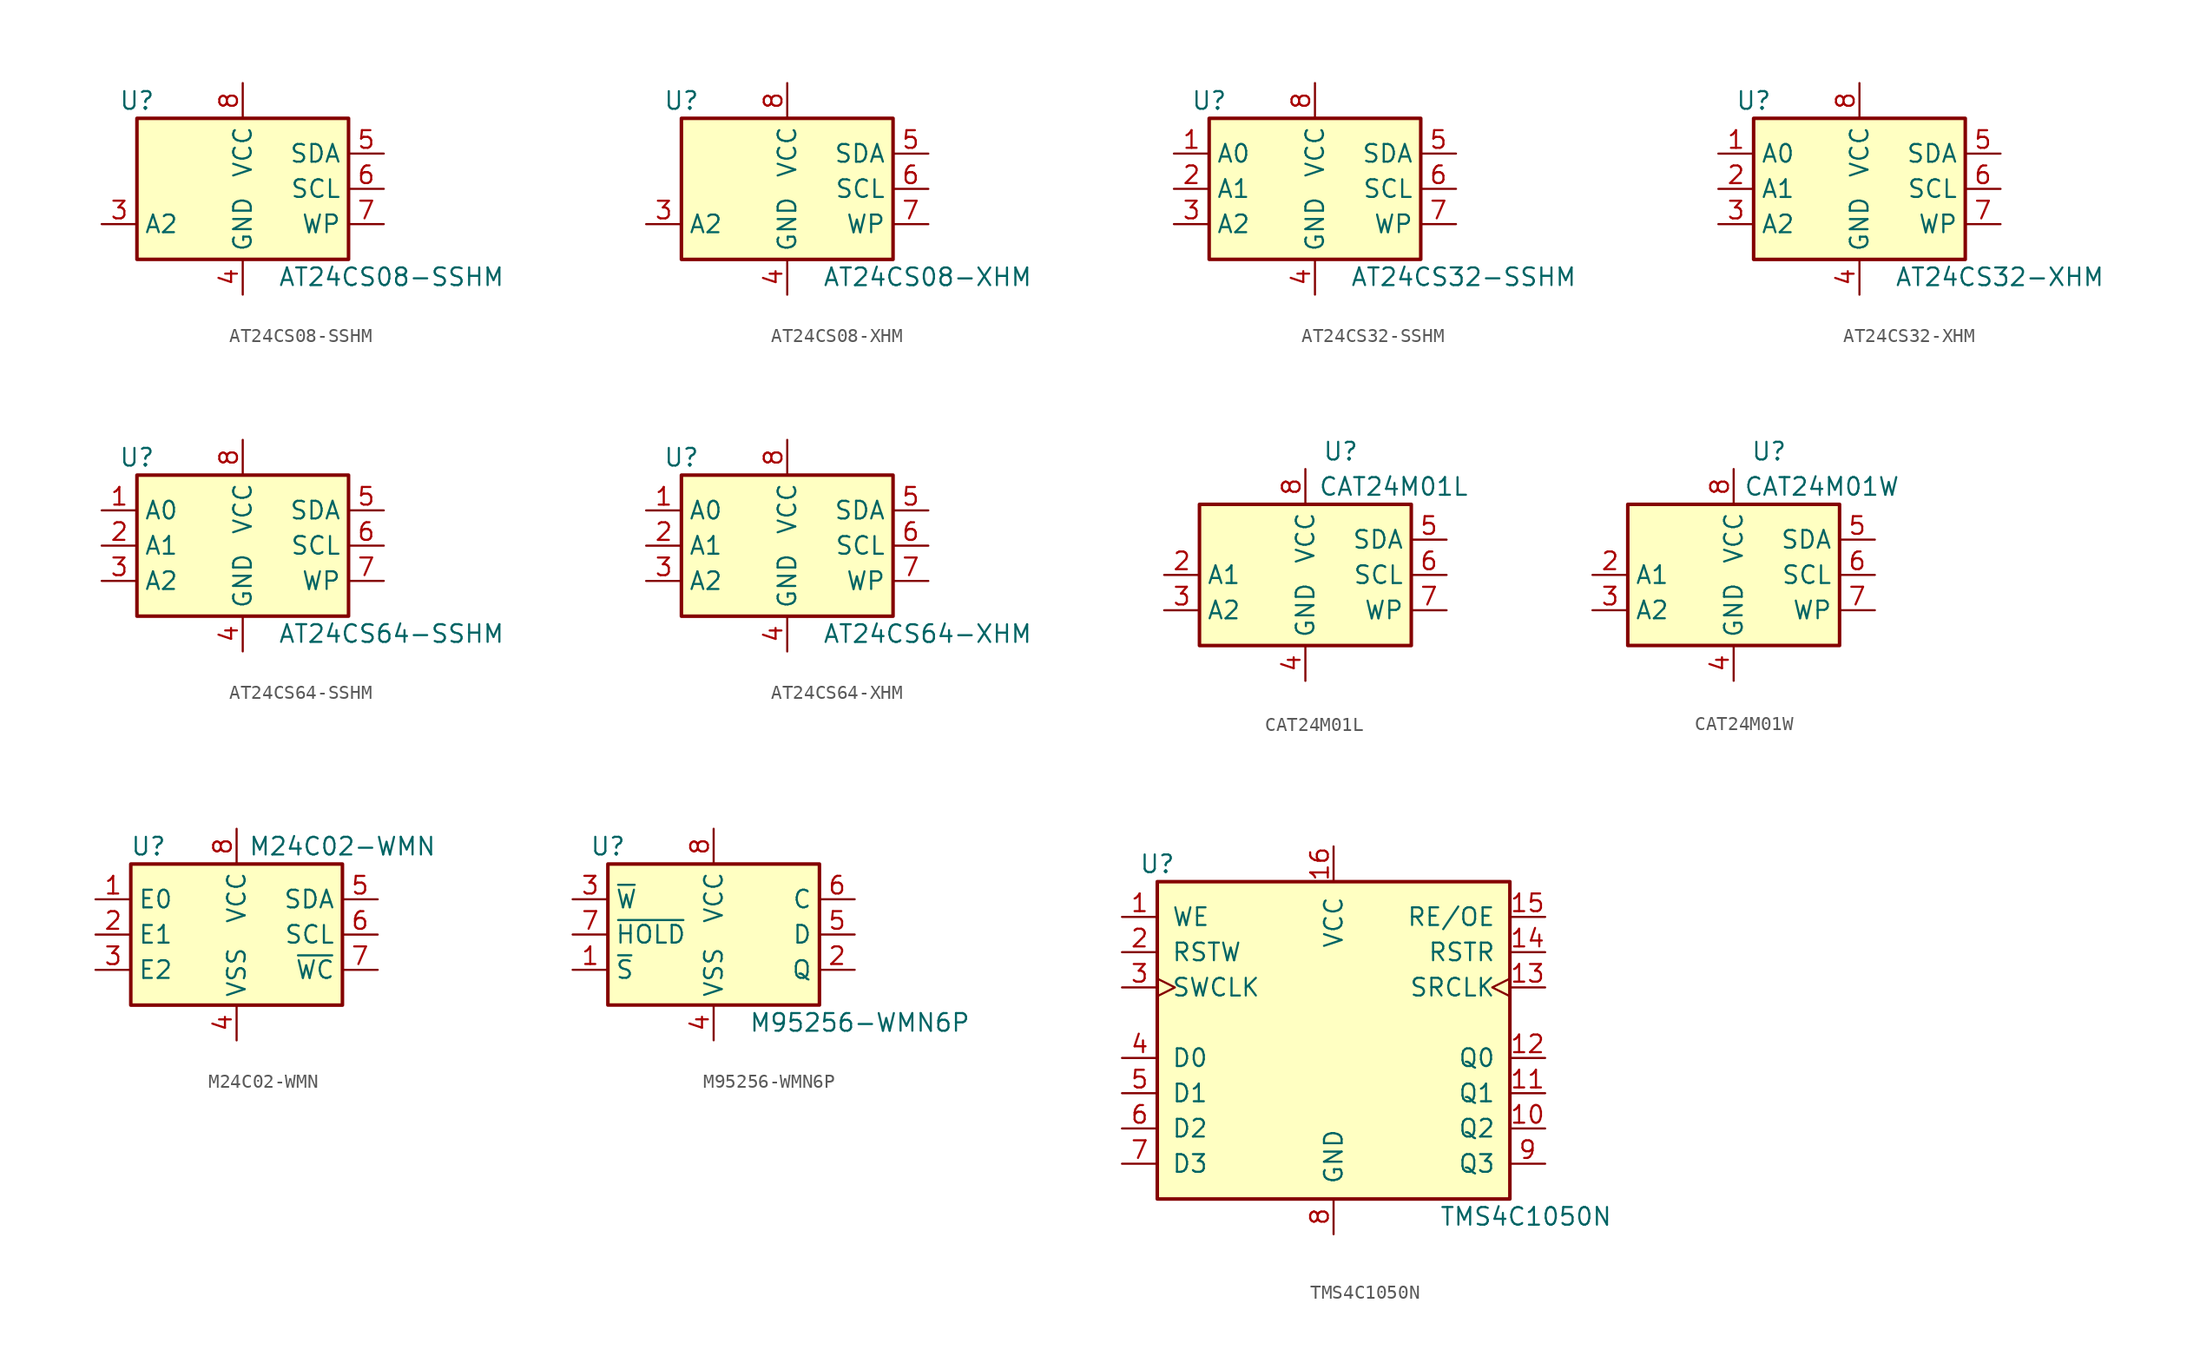
<source format=kicad_sym>
(kicad_symbol_lib
  (version 20201005)
  (generator kicad_symbol_editor)
  (symbol "AT24CS08-SSHM"
    (property "Reference" "U"
      (at -7.62 6.35 0)
      (effects (font (size 1.27 1.27))))
    (property "Value" "AT24CS08-SSHM"
      (at 2.54 -6.35 0)
      (effects (font (size 1.27 1.27)) (justify left)))
    (symbol "AT24CS08-SSHM_1_1"
      (rectangle (start -7.62 5.08) (end 7.62 -5.08) (stroke (width 0.254)) (fill (type background)))
      (pin input line (at -10.16 -2.54 0) (length 2.54) (name "A2" (effects (font (size 1.27 1.27)))) (number "3" (effects (font (size 1.27 1.27)))))
      (pin power_in line (at 0 -7.62 90) (length 2.54) (name "GND" (effects (font (size 1.27 1.27)))) (number "4" (effects (font (size 1.27 1.27)))))
      (pin bidirectional line (at 10.16 2.54 180) (length 2.54) (name "SDA" (effects (font (size 1.27 1.27)))) (number "5" (effects (font (size 1.27 1.27)))))
      (pin input line (at 10.16 0 180) (length 2.54) (name "SCL" (effects (font (size 1.27 1.27)))) (number "6" (effects (font (size 1.27 1.27)))))
      (pin input line (at 10.16 -2.54 180) (length 2.54) (name "WP" (effects (font (size 1.27 1.27)))) (number "7" (effects (font (size 1.27 1.27)))))
      (pin power_in line (at 0 7.62 270) (length 2.54) (name "VCC" (effects (font (size 1.27 1.27)))) (number "8" (effects (font (size 1.27 1.27)))))))
  (symbol "AT24CS08-XHM"
    (property "Reference" "U"
      (at -7.62 6.35 0)
      (effects (font (size 1.27 1.27))))
    (property "Value" "AT24CS08-XHM"
      (at 2.54 -6.35 0)
      (effects (font (size 1.27 1.27)) (justify left)))
    (symbol "AT24CS08-XHM_1_1"
      (rectangle (start -7.62 5.08) (end 7.62 -5.08) (stroke (width 0.254)) (fill (type background)))
      (pin input line (at -10.16 -2.54 0) (length 2.54) (name "A2" (effects (font (size 1.27 1.27)))) (number "3" (effects (font (size 1.27 1.27)))))
      (pin power_in line (at 0 -7.62 90) (length 2.54) (name "GND" (effects (font (size 1.27 1.27)))) (number "4" (effects (font (size 1.27 1.27)))))
      (pin bidirectional line (at 10.16 2.54 180) (length 2.54) (name "SDA" (effects (font (size 1.27 1.27)))) (number "5" (effects (font (size 1.27 1.27)))))
      (pin input line (at 10.16 0 180) (length 2.54) (name "SCL" (effects (font (size 1.27 1.27)))) (number "6" (effects (font (size 1.27 1.27)))))
      (pin input line (at 10.16 -2.54 180) (length 2.54) (name "WP" (effects (font (size 1.27 1.27)))) (number "7" (effects (font (size 1.27 1.27)))))
      (pin power_in line (at 0 7.62 270) (length 2.54) (name "VCC" (effects (font (size 1.27 1.27)))) (number "8" (effects (font (size 1.27 1.27)))))))
  (symbol "AT24CS32-SSHM"
    (property "Reference" "U"
      (at -7.62 6.35 0)
      (effects (font (size 1.27 1.27))))
    (property "Value" "AT24CS32-SSHM"
      (at 2.54 -6.35 0)
      (effects (font (size 1.27 1.27)) (justify left)))
    (symbol "AT24CS32-SSHM_1_1"
      (rectangle (start -7.62 5.08) (end 7.62 -5.08) (stroke (width 0.254)) (fill (type background)))
      (pin input line (at -10.16 2.54 0) (length 2.54) (name "A0" (effects (font (size 1.27 1.27)))) (number "1" (effects (font (size 1.27 1.27)))))
      (pin input line (at -10.16 0 0) (length 2.54) (name "A1" (effects (font (size 1.27 1.27)))) (number "2" (effects (font (size 1.27 1.27)))))
      (pin input line (at -10.16 -2.54 0) (length 2.54) (name "A2" (effects (font (size 1.27 1.27)))) (number "3" (effects (font (size 1.27 1.27)))))
      (pin power_in line (at 0 -7.62 90) (length 2.54) (name "GND" (effects (font (size 1.27 1.27)))) (number "4" (effects (font (size 1.27 1.27)))))
      (pin bidirectional line (at 10.16 2.54 180) (length 2.54) (name "SDA" (effects (font (size 1.27 1.27)))) (number "5" (effects (font (size 1.27 1.27)))))
      (pin input line (at 10.16 0 180) (length 2.54) (name "SCL" (effects (font (size 1.27 1.27)))) (number "6" (effects (font (size 1.27 1.27)))))
      (pin input line (at 10.16 -2.54 180) (length 2.54) (name "WP" (effects (font (size 1.27 1.27)))) (number "7" (effects (font (size 1.27 1.27)))))
      (pin power_in line (at 0 7.62 270) (length 2.54) (name "VCC" (effects (font (size 1.27 1.27)))) (number "8" (effects (font (size 1.27 1.27)))))))
  (symbol "AT24CS32-XHM"
    (property "Reference" "U"
      (at -7.62 6.35 0)
      (effects (font (size 1.27 1.27))))
    (property "Value" "AT24CS32-XHM"
      (at 2.54 -6.35 0)
      (effects (font (size 1.27 1.27)) (justify left)))
    (symbol "AT24CS32-XHM_1_1"
      (rectangle (start -7.62 5.08) (end 7.62 -5.08) (stroke (width 0.254)) (fill (type background)))
      (pin input line (at -10.16 2.54 0) (length 2.54) (name "A0" (effects (font (size 1.27 1.27)))) (number "1" (effects (font (size 1.27 1.27)))))
      (pin input line (at -10.16 0 0) (length 2.54) (name "A1" (effects (font (size 1.27 1.27)))) (number "2" (effects (font (size 1.27 1.27)))))
      (pin input line (at -10.16 -2.54 0) (length 2.54) (name "A2" (effects (font (size 1.27 1.27)))) (number "3" (effects (font (size 1.27 1.27)))))
      (pin power_in line (at 0 -7.62 90) (length 2.54) (name "GND" (effects (font (size 1.27 1.27)))) (number "4" (effects (font (size 1.27 1.27)))))
      (pin bidirectional line (at 10.16 2.54 180) (length 2.54) (name "SDA" (effects (font (size 1.27 1.27)))) (number "5" (effects (font (size 1.27 1.27)))))
      (pin input line (at 10.16 0 180) (length 2.54) (name "SCL" (effects (font (size 1.27 1.27)))) (number "6" (effects (font (size 1.27 1.27)))))
      (pin input line (at 10.16 -2.54 180) (length 2.54) (name "WP" (effects (font (size 1.27 1.27)))) (number "7" (effects (font (size 1.27 1.27)))))
      (pin power_in line (at 0 7.62 270) (length 2.54) (name "VCC" (effects (font (size 1.27 1.27)))) (number "8" (effects (font (size 1.27 1.27)))))))
  (symbol "AT24CS64-SSHM"
    (property "Reference" "U"
      (at -7.62 6.35 0)
      (effects (font (size 1.27 1.27))))
    (property "Value" "AT24CS64-SSHM"
      (at 2.54 -6.35 0)
      (effects (font (size 1.27 1.27)) (justify left)))
    (symbol "AT24CS64-SSHM_1_1"
      (rectangle (start -7.62 5.08) (end 7.62 -5.08) (stroke (width 0.254)) (fill (type background)))
      (pin input line (at -10.16 2.54 0) (length 2.54) (name "A0" (effects (font (size 1.27 1.27)))) (number "1" (effects (font (size 1.27 1.27)))))
      (pin input line (at -10.16 0 0) (length 2.54) (name "A1" (effects (font (size 1.27 1.27)))) (number "2" (effects (font (size 1.27 1.27)))))
      (pin input line (at -10.16 -2.54 0) (length 2.54) (name "A2" (effects (font (size 1.27 1.27)))) (number "3" (effects (font (size 1.27 1.27)))))
      (pin power_in line (at 0 -7.62 90) (length 2.54) (name "GND" (effects (font (size 1.27 1.27)))) (number "4" (effects (font (size 1.27 1.27)))))
      (pin bidirectional line (at 10.16 2.54 180) (length 2.54) (name "SDA" (effects (font (size 1.27 1.27)))) (number "5" (effects (font (size 1.27 1.27)))))
      (pin input line (at 10.16 0 180) (length 2.54) (name "SCL" (effects (font (size 1.27 1.27)))) (number "6" (effects (font (size 1.27 1.27)))))
      (pin input line (at 10.16 -2.54 180) (length 2.54) (name "WP" (effects (font (size 1.27 1.27)))) (number "7" (effects (font (size 1.27 1.27)))))
      (pin power_in line (at 0 7.62 270) (length 2.54) (name "VCC" (effects (font (size 1.27 1.27)))) (number "8" (effects (font (size 1.27 1.27)))))))
  (symbol "AT24CS64-XHM"
    (property "Reference" "U"
      (at -7.62 6.35 0)
      (effects (font (size 1.27 1.27))))
    (property "Value" "AT24CS64-XHM"
      (at 2.54 -6.35 0)
      (effects (font (size 1.27 1.27)) (justify left)))
    (symbol "AT24CS64-XHM_1_1"
      (rectangle (start -7.62 5.08) (end 7.62 -5.08) (stroke (width 0.254)) (fill (type background)))
      (pin input line (at -10.16 2.54 0) (length 2.54) (name "A0" (effects (font (size 1.27 1.27)))) (number "1" (effects (font (size 1.27 1.27)))))
      (pin input line (at -10.16 0 0) (length 2.54) (name "A1" (effects (font (size 1.27 1.27)))) (number "2" (effects (font (size 1.27 1.27)))))
      (pin input line (at -10.16 -2.54 0) (length 2.54) (name "A2" (effects (font (size 1.27 1.27)))) (number "3" (effects (font (size 1.27 1.27)))))
      (pin power_in line (at 0 -7.62 90) (length 2.54) (name "GND" (effects (font (size 1.27 1.27)))) (number "4" (effects (font (size 1.27 1.27)))))
      (pin bidirectional line (at 10.16 2.54 180) (length 2.54) (name "SDA" (effects (font (size 1.27 1.27)))) (number "5" (effects (font (size 1.27 1.27)))))
      (pin input line (at 10.16 0 180) (length 2.54) (name "SCL" (effects (font (size 1.27 1.27)))) (number "6" (effects (font (size 1.27 1.27)))))
      (pin input line (at 10.16 -2.54 180) (length 2.54) (name "WP" (effects (font (size 1.27 1.27)))) (number "7" (effects (font (size 1.27 1.27)))))
      (pin power_in line (at 0 7.62 270) (length 2.54) (name "VCC" (effects (font (size 1.27 1.27)))) (number "8" (effects (font (size 1.27 1.27)))))))
  (symbol "CAT24M01L"
    (property "Reference" "U"
      (at 2.54 8.89 0)
      (effects (font (size 1.27 1.27))))
    (property "Value" "CAT24M01L"
      (at 6.35 6.35 0)
      (effects (font (size 1.27 1.27))))
    (symbol "CAT24M01L_1_1"
      (rectangle (start -7.62 5.08) (end 7.62 -5.08) (stroke (width 0.254)) (fill (type background)))
      (pin no_connect line (at -7.62 2.54 0) (length 2.54) hide (name "NC" (effects (font (size 1.27 1.27)))) (number "1" (effects (font (size 1.27 1.27)))))
      (pin input line (at -10.16 0 0) (length 2.54) (name "A1" (effects (font (size 1.27 1.27)))) (number "2" (effects (font (size 1.27 1.27)))))
      (pin input line (at -10.16 -2.54 0) (length 2.54) (name "A2" (effects (font (size 1.27 1.27)))) (number "3" (effects (font (size 1.27 1.27)))))
      (pin power_in line (at 0 -7.62 90) (length 2.54) (name "GND" (effects (font (size 1.27 1.27)))) (number "4" (effects (font (size 1.27 1.27)))))
      (pin bidirectional line (at 10.16 2.54 180) (length 2.54) (name "SDA" (effects (font (size 1.27 1.27)))) (number "5" (effects (font (size 1.27 1.27)))))
      (pin input line (at 10.16 0 180) (length 2.54) (name "SCL" (effects (font (size 1.27 1.27)))) (number "6" (effects (font (size 1.27 1.27)))))
      (pin input line (at 10.16 -2.54 180) (length 2.54) (name "WP" (effects (font (size 1.27 1.27)))) (number "7" (effects (font (size 1.27 1.27)))))
      (pin power_in line (at 0 7.62 270) (length 2.54) (name "VCC" (effects (font (size 1.27 1.27)))) (number "8" (effects (font (size 1.27 1.27)))))))
  (symbol "CAT24M01W"
    (property "Reference" "U"
      (at 2.54 8.89 0)
      (effects (font (size 1.27 1.27))))
    (property "Value" "CAT24M01W"
      (at 6.35 6.35 0)
      (effects (font (size 1.27 1.27))))
    (symbol "CAT24M01W_1_1"
      (rectangle (start -7.62 5.08) (end 7.62 -5.08) (stroke (width 0.254)) (fill (type background)))
      (pin no_connect line (at -7.62 2.54 0) (length 2.54) hide (name "NC" (effects (font (size 1.27 1.27)))) (number "1" (effects (font (size 1.27 1.27)))))
      (pin input line (at -10.16 0 0) (length 2.54) (name "A1" (effects (font (size 1.27 1.27)))) (number "2" (effects (font (size 1.27 1.27)))))
      (pin input line (at -10.16 -2.54 0) (length 2.54) (name "A2" (effects (font (size 1.27 1.27)))) (number "3" (effects (font (size 1.27 1.27)))))
      (pin power_in line (at 0 -7.62 90) (length 2.54) (name "GND" (effects (font (size 1.27 1.27)))) (number "4" (effects (font (size 1.27 1.27)))))
      (pin bidirectional line (at 10.16 2.54 180) (length 2.54) (name "SDA" (effects (font (size 1.27 1.27)))) (number "5" (effects (font (size 1.27 1.27)))))
      (pin input line (at 10.16 0 180) (length 2.54) (name "SCL" (effects (font (size 1.27 1.27)))) (number "6" (effects (font (size 1.27 1.27)))))
      (pin input line (at 10.16 -2.54 180) (length 2.54) (name "WP" (effects (font (size 1.27 1.27)))) (number "7" (effects (font (size 1.27 1.27)))))
      (pin power_in line (at 0 7.62 270) (length 2.54) (name "VCC" (effects (font (size 1.27 1.27)))) (number "8" (effects (font (size 1.27 1.27)))))))
  (symbol "M24C02-WMN"
    (property "Reference" "U"
      (at -6.35 6.35 0)
      (effects (font (size 1.27 1.27))))
    (property "Value" "M24C02-WMN"
      (at 7.62 6.35 0)
      (effects (font (size 1.27 1.27))))
    (symbol "M24C02-WMN_0_1"
      (rectangle (start -7.62 5.08) (end 7.62 -5.08) (stroke (width 0.254)) (fill (type background))))
    (symbol "M24C02-WMN_1_1"
      (pin input line (at -10.16 2.54 0) (length 2.54) (name "E0" (effects (font (size 1.27 1.27)))) (number "1" (effects (font (size 1.27 1.27)))))
      (pin input line (at -10.16 0 0) (length 2.54) (name "E1" (effects (font (size 1.27 1.27)))) (number "2" (effects (font (size 1.27 1.27)))))
      (pin input line (at -10.16 -2.54 0) (length 2.54) (name "E2" (effects (font (size 1.27 1.27)))) (number "3" (effects (font (size 1.27 1.27)))))
      (pin power_in line (at 0 -7.62 90) (length 2.54) (name "VSS" (effects (font (size 1.27 1.27)))) (number "4" (effects (font (size 1.27 1.27)))))
      (pin bidirectional line (at 10.16 2.54 180) (length 2.54) (name "SDA" (effects (font (size 1.27 1.27)))) (number "5" (effects (font (size 1.27 1.27)))))
      (pin input line (at 10.16 0 180) (length 2.54) (name "SCL" (effects (font (size 1.27 1.27)))) (number "6" (effects (font (size 1.27 1.27)))))
      (pin input line (at 10.16 -2.54 180) (length 2.54) (name "~WC" (effects (font (size 1.27 1.27)))) (number "7" (effects (font (size 1.27 1.27)))))
      (pin power_in line (at 0 7.62 270) (length 2.54) (name "VCC" (effects (font (size 1.27 1.27)))) (number "8" (effects (font (size 1.27 1.27)))))))
  (symbol "M95256-WMN6P"
    (property "Reference" "U"
      (at -7.62 6.35 0)
      (effects (font (size 1.27 1.27))))
    (property "Value" "M95256-WMN6P"
      (at 2.54 -6.35 0)
      (effects (font (size 1.27 1.27)) (justify left)))
    (symbol "M95256-WMN6P_1_1"
      (rectangle (start -7.62 5.08) (end 7.62 -5.08) (stroke (width 0.254)) (fill (type background)))
      (pin input line (at -10.16 -2.54 0) (length 2.54) (name "~S" (effects (font (size 1.27 1.27)))) (number "1" (effects (font (size 1.27 1.27)))))
      (pin output line (at 10.16 -2.54 180) (length 2.54) (name "Q" (effects (font (size 1.27 1.27)))) (number "2" (effects (font (size 1.27 1.27)))))
      (pin input line (at -10.16 2.54 0) (length 2.54) (name "~W" (effects (font (size 1.27 1.27)))) (number "3" (effects (font (size 1.27 1.27)))))
      (pin power_in line (at 0 -7.62 90) (length 2.54) (name "VSS" (effects (font (size 1.27 1.27)))) (number "4" (effects (font (size 1.27 1.27)))))
      (pin input line (at 10.16 0 180) (length 2.54) (name "D" (effects (font (size 1.27 1.27)))) (number "5" (effects (font (size 1.27 1.27)))))
      (pin input line (at 10.16 2.54 180) (length 2.54) (name "C" (effects (font (size 1.27 1.27)))) (number "6" (effects (font (size 1.27 1.27)))))
      (pin input line (at -10.16 0 0) (length 2.54) (name "~HOLD" (effects (font (size 1.27 1.27)))) (number "7" (effects (font (size 1.27 1.27)))))
      (pin power_in line (at 0 7.62 270) (length 2.54) (name "VCC" (effects (font (size 1.27 1.27)))) (number "8" (effects (font (size 1.27 1.27)))))))
  (symbol "TMS4C1050N"
    (pin_names
      (offset 1.016))
    (property "Reference" "U"
      (at -12.7 11.43 0)
      (effects (font (size 1.27 1.27))))
    (property "Value" "TMS4C1050N"
      (at 7.62 -13.97 0)
      (effects (font (size 1.27 1.27)) (justify left)))
    (symbol "TMS4C1050N_1_1"
      (rectangle (start -12.7 10.16) (end 12.7 -12.7) (stroke (width 0.254)) (fill (type background)))
      (pin input line (at -15.24 7.62 0) (length 2.54) (name "WE" (effects (font (size 1.27 1.27)))) (number "1" (effects (font (size 1.27 1.27)))))
      (pin tri_state line (at 15.24 -7.62 180) (length 2.54) (name "Q2" (effects (font (size 1.27 1.27)))) (number "10" (effects (font (size 1.27 1.27)))))
      (pin tri_state line (at 15.24 -5.08 180) (length 2.54) (name "Q1" (effects (font (size 1.27 1.27)))) (number "11" (effects (font (size 1.27 1.27)))))
      (pin tri_state line (at 15.24 -2.54 180) (length 2.54) (name "Q0" (effects (font (size 1.27 1.27)))) (number "12" (effects (font (size 1.27 1.27)))))
      (pin input clock (at 15.24 2.54 180) (length 2.54) (name "SRCLK" (effects (font (size 1.27 1.27)))) (number "13" (effects (font (size 1.27 1.27)))))
      (pin input line (at 15.24 5.08 180) (length 2.54) (name "RSTR" (effects (font (size 1.27 1.27)))) (number "14" (effects (font (size 1.27 1.27)))))
      (pin input line (at 15.24 7.62 180) (length 2.54) (name "RE/OE" (effects (font (size 1.27 1.27)))) (number "15" (effects (font (size 1.27 1.27)))))
      (pin power_in line (at 0 12.7 270) (length 2.54) (name "VCC" (effects (font (size 1.27 1.27)))) (number "16" (effects (font (size 1.27 1.27)))))
      (pin input line (at -15.24 5.08 0) (length 2.54) (name "RSTW" (effects (font (size 1.27 1.27)))) (number "2" (effects (font (size 1.27 1.27)))))
      (pin input clock (at -15.24 2.54 0) (length 2.54) (name "SWCLK" (effects (font (size 1.27 1.27)))) (number "3" (effects (font (size 1.27 1.27)))))
      (pin input line (at -15.24 -2.54 0) (length 2.54) (name "D0" (effects (font (size 1.27 1.27)))) (number "4" (effects (font (size 1.27 1.27)))))
      (pin input line (at -15.24 -5.08 0) (length 2.54) (name "D1" (effects (font (size 1.27 1.27)))) (number "5" (effects (font (size 1.27 1.27)))))
      (pin input line (at -15.24 -7.62 0) (length 2.54) (name "D2" (effects (font (size 1.27 1.27)))) (number "6" (effects (font (size 1.27 1.27)))))
      (pin input line (at -15.24 -10.16 0) (length 2.54) (name "D3" (effects (font (size 1.27 1.27)))) (number "7" (effects (font (size 1.27 1.27)))))
      (pin power_in line (at 0 -15.24 90) (length 2.54) (name "GND" (effects (font (size 1.27 1.27)))) (number "8" (effects (font (size 1.27 1.27)))))
      (pin tri_state line (at 15.24 -10.16 180) (length 2.54) (name "Q3" (effects (font (size 1.27 1.27)))) (number "9" (effects (font (size 1.27 1.27))))))))
</source>
